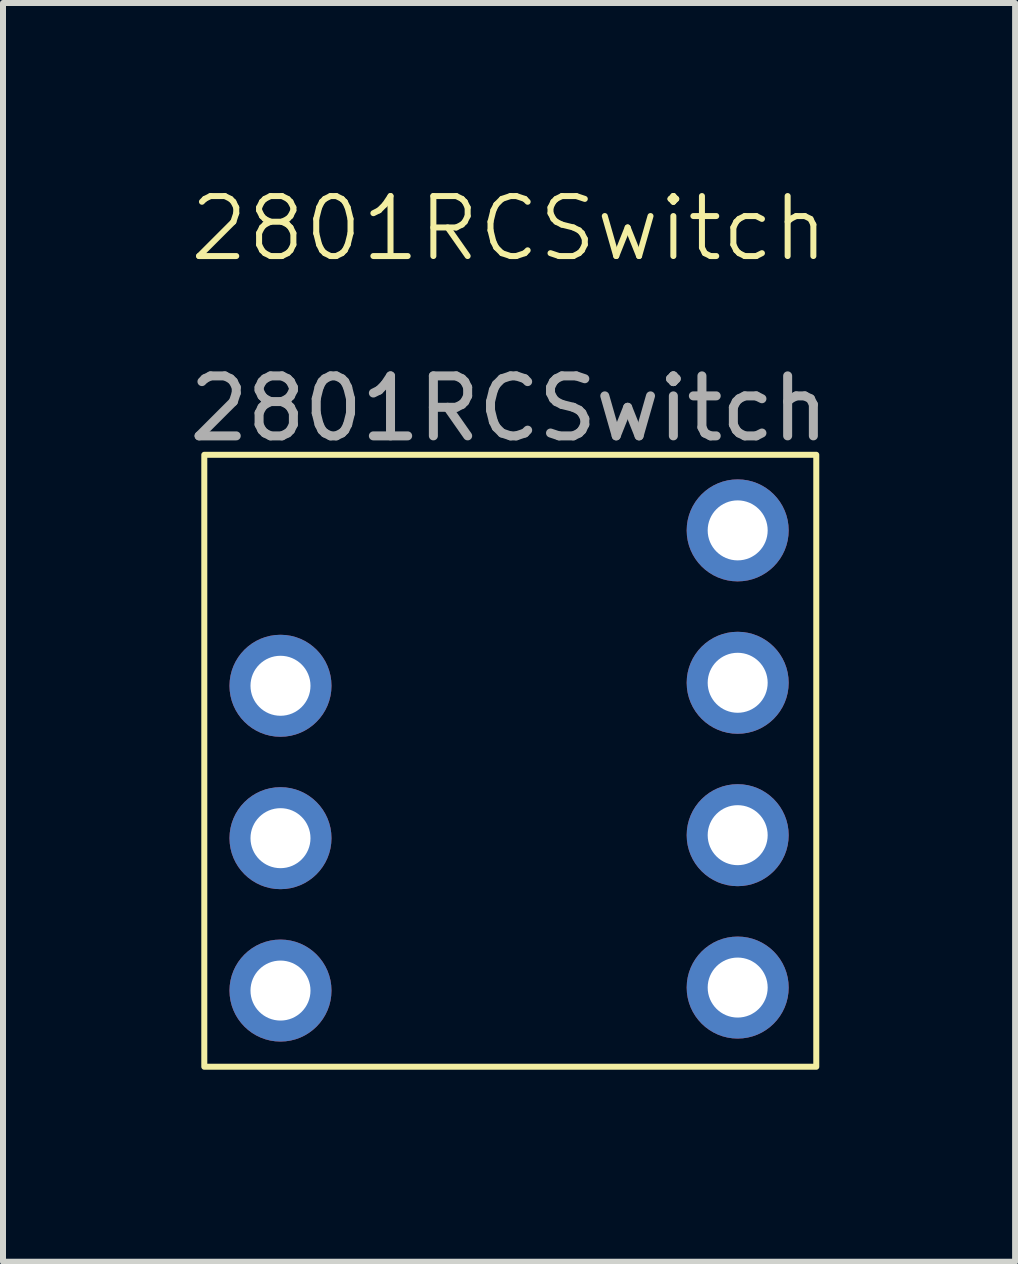
<source format=kicad_pcb>
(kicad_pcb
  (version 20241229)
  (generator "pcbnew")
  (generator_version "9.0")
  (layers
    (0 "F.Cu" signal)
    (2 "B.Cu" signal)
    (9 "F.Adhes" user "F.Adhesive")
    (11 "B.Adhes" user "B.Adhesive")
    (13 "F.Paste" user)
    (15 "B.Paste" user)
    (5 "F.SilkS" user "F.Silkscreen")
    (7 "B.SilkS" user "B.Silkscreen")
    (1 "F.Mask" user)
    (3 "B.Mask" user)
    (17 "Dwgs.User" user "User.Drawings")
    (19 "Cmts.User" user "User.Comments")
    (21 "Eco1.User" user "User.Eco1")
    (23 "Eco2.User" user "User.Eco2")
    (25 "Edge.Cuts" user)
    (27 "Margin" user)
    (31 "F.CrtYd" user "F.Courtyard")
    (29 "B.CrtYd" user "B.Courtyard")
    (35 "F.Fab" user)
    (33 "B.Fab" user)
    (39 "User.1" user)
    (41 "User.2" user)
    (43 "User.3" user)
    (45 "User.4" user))
  (footprint "2801RCSwitch"
    (layer "F.Cu")
    (at 0.355 14.73)
    (property "Reference" "2801RCSwitch" (at 5.08 -13.97 0) (unlocked yes) (layer "F.SilkS") (effects (font (size 1 1) (thickness 0.1))))
    (attr through_hole)
    (fp_rect (start 0 0) (end 10.2 -10.2) (stroke (width 0.1) (type default)) (fill no) (layer "F.SilkS"))
    (fp_text user "${REFERENCE}" (at 5.08 -10.97 0) (unlocked yes) (layer "F.Fab") (effects (font (size 1 1) (thickness 0.15))))
    (pad "1" thru_hole circle (at 1.27 -6.35) (size 1.7 1.7) (drill 1) (layers "*.Cu" "*.Mask"))
    (pad "2" thru_hole circle (at 1.27 -3.81) (size 1.7 1.7) (drill 1) (layers "*.Cu" "*.Mask"))
    (pad "3" thru_hole circle (at 1.27 -1.27) (size 1.7 1.7) (drill 1) (layers "*.Cu" "*.Mask"))
    (pad "4" thru_hole circle (at 8.89 -1.32) (size 1.7 1.7) (drill 1) (layers "*.Cu" "*.Mask"))
    (pad "5" thru_hole circle (at 8.89 -3.86) (size 1.7 1.7) (drill 1) (layers "*.Cu" "*.Mask"))
    (pad "6" thru_hole circle (at 8.89 -6.4) (size 1.7 1.7) (drill 1) (layers "*.Cu" "*.Mask"))
    (pad "7" thru_hole circle (at 8.89 -8.94) (size 1.7 1.7) (drill 1) (layers "*.Cu" "*.Mask")))
  (gr_rect
    (start -3 -3)
    (end 13.869 17.98)
    (stroke (width 0.1) (type default))
    (fill no)
    (layer "Edge.Cuts")))
</source>
